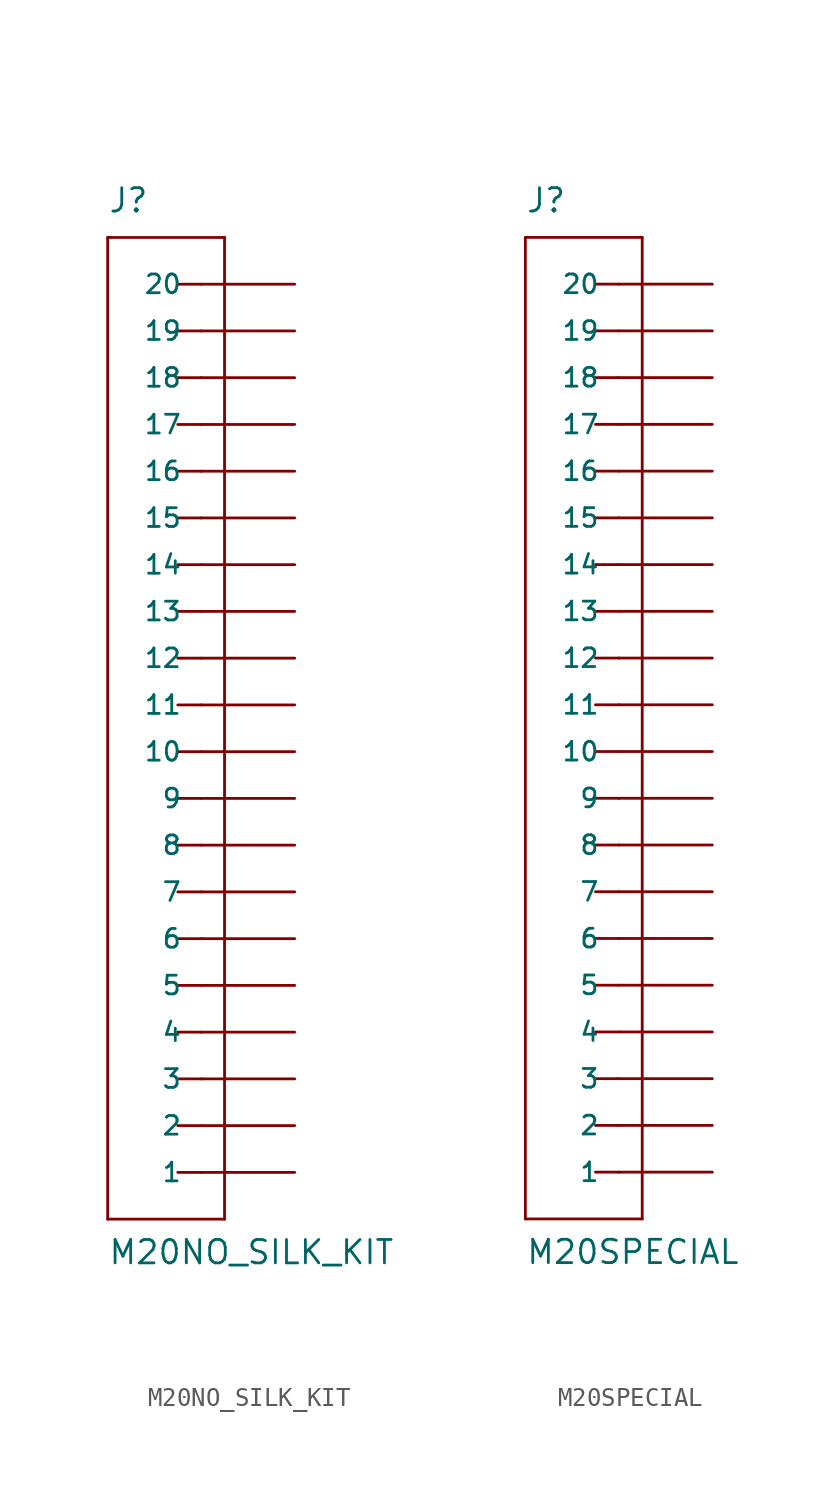
<source format=kicad_sym>
(kicad_symbol_lib
  (version 20211014)
  (generator kicad_symbol_editor)
  (symbol "M20NO_SILK_KIT"
    (pin_numbers hide)
    (pin_names
      (offset 1.016))
    (property "Reference" "J"
      (at 0 57.15 0)
      (effects (font (size 1.27 1.27)) (justify left bottom)))
    (property "Value" "M20NO_SILK_KIT"
      (at 0 0 0)
      (effects (font (size 1.27 1.27)) (justify left bottom)))
    (property "Datasheet" ""
      (at 0 0 0)
      (effects (font (size 1.524 1.524))))
    (property "ki_locked" ""
      (at 0 0 0)
      (effects (font (size 1.27 1.27))))
    (symbol "M20NO_SILK_KIT_1_0"
      (polyline (pts (xy 0 55.88) (xy 0 2.54)) (stroke (width 0) (type default) (color 0 0 0 0)) (fill (type none)))
      (polyline (pts (xy 0 55.88) (xy 6.35 55.88)) (stroke (width 0) (type default) (color 0 0 0 0)) (fill (type none)))
      (polyline (pts (xy 3.81 5.08) (xy 5.08 5.08)) (stroke (width 0) (type default) (color 0 0 0 0)) (fill (type none)))
      (polyline (pts (xy 3.81 7.62) (xy 5.08 7.62)) (stroke (width 0) (type default) (color 0 0 0 0)) (fill (type none)))
      (polyline (pts (xy 3.81 10.16) (xy 5.08 10.16)) (stroke (width 0) (type default) (color 0 0 0 0)) (fill (type none)))
      (polyline (pts (xy 3.81 12.7) (xy 5.08 12.7)) (stroke (width 0) (type default) (color 0 0 0 0)) (fill (type none)))
      (polyline (pts (xy 3.81 15.24) (xy 5.08 15.24)) (stroke (width 0) (type default) (color 0 0 0 0)) (fill (type none)))
      (polyline (pts (xy 3.81 17.78) (xy 5.08 17.78)) (stroke (width 0) (type default) (color 0 0 0 0)) (fill (type none)))
      (polyline (pts (xy 3.81 20.32) (xy 5.08 20.32)) (stroke (width 0) (type default) (color 0 0 0 0)) (fill (type none)))
      (polyline (pts (xy 3.81 22.86) (xy 5.08 22.86)) (stroke (width 0) (type default) (color 0 0 0 0)) (fill (type none)))
      (polyline (pts (xy 3.81 25.4) (xy 5.08 25.4)) (stroke (width 0) (type default) (color 0 0 0 0)) (fill (type none)))
      (polyline (pts (xy 3.81 27.94) (xy 5.08 27.94)) (stroke (width 0) (type default) (color 0 0 0 0)) (fill (type none)))
      (polyline (pts (xy 3.81 30.48) (xy 5.08 30.48)) (stroke (width 0) (type default) (color 0 0 0 0)) (fill (type none)))
      (polyline (pts (xy 3.81 33.02) (xy 5.08 33.02)) (stroke (width 0) (type default) (color 0 0 0 0)) (fill (type none)))
      (polyline (pts (xy 3.81 35.56) (xy 5.08 35.56)) (stroke (width 0) (type default) (color 0 0 0 0)) (fill (type none)))
      (polyline (pts (xy 3.81 38.1) (xy 5.08 38.1)) (stroke (width 0) (type default) (color 0 0 0 0)) (fill (type none)))
      (polyline (pts (xy 3.81 40.64) (xy 5.08 40.64)) (stroke (width 0) (type default) (color 0 0 0 0)) (fill (type none)))
      (polyline (pts (xy 3.81 43.18) (xy 5.08 43.18)) (stroke (width 0) (type default) (color 0 0 0 0)) (fill (type none)))
      (polyline (pts (xy 3.81 45.72) (xy 5.08 45.72)) (stroke (width 0) (type default) (color 0 0 0 0)) (fill (type none)))
      (polyline (pts (xy 3.81 48.26) (xy 5.08 48.26)) (stroke (width 0) (type default) (color 0 0 0 0)) (fill (type none)))
      (polyline (pts (xy 3.81 50.8) (xy 5.08 50.8)) (stroke (width 0) (type default) (color 0 0 0 0)) (fill (type none)))
      (polyline (pts (xy 3.81 53.34) (xy 5.08 53.34)) (stroke (width 0) (type default) (color 0 0 0 0)) (fill (type none)))
      (polyline (pts (xy 6.35 2.54) (xy 0 2.54)) (stroke (width 0) (type default) (color 0 0 0 0)) (fill (type none)))
      (polyline (pts (xy 6.35 2.54) (xy 6.35 55.88)) (stroke (width 0) (type default) (color 0 0 0 0)) (fill (type none))))
    (symbol "M20NO_SILK_KIT_1_1"
      (pin passive line (at 10.16 5.08 180) (length 5.08) (name "1" (effects (font (size 1.016 1.016)))) (number "1" (effects (font (size 1.016 1.016)))))
      (pin passive line (at 10.16 27.94 180) (length 5.08) (name "10" (effects (font (size 1.016 1.016)))) (number "10" (effects (font (size 1.016 1.016)))))
      (pin passive line (at 10.16 30.48 180) (length 5.08) (name "11" (effects (font (size 1.016 1.016)))) (number "11" (effects (font (size 1.016 1.016)))))
      (pin passive line (at 10.16 33.02 180) (length 5.08) (name "12" (effects (font (size 1.016 1.016)))) (number "12" (effects (font (size 1.016 1.016)))))
      (pin passive line (at 10.16 35.56 180) (length 5.08) (name "13" (effects (font (size 1.016 1.016)))) (number "13" (effects (font (size 1.016 1.016)))))
      (pin passive line (at 10.16 38.1 180) (length 5.08) (name "14" (effects (font (size 1.016 1.016)))) (number "14" (effects (font (size 1.016 1.016)))))
      (pin passive line (at 10.16 40.64 180) (length 5.08) (name "15" (effects (font (size 1.016 1.016)))) (number "15" (effects (font (size 1.016 1.016)))))
      (pin passive line (at 10.16 43.18 180) (length 5.08) (name "16" (effects (font (size 1.016 1.016)))) (number "16" (effects (font (size 1.016 1.016)))))
      (pin passive line (at 10.16 45.72 180) (length 5.08) (name "17" (effects (font (size 1.016 1.016)))) (number "17" (effects (font (size 1.016 1.016)))))
      (pin passive line (at 10.16 48.26 180) (length 5.08) (name "18" (effects (font (size 1.016 1.016)))) (number "18" (effects (font (size 1.016 1.016)))))
      (pin passive line (at 10.16 50.8 180) (length 5.08) (name "19" (effects (font (size 1.016 1.016)))) (number "19" (effects (font (size 1.016 1.016)))))
      (pin passive line (at 10.16 7.62 180) (length 5.08) (name "2" (effects (font (size 1.016 1.016)))) (number "2" (effects (font (size 1.016 1.016)))))
      (pin passive line (at 10.16 53.34 180) (length 5.08) (name "20" (effects (font (size 1.016 1.016)))) (number "20" (effects (font (size 1.016 1.016)))))
      (pin passive line (at 10.16 10.16 180) (length 5.08) (name "3" (effects (font (size 1.016 1.016)))) (number "3" (effects (font (size 1.016 1.016)))))
      (pin passive line (at 10.16 12.7 180) (length 5.08) (name "4" (effects (font (size 1.016 1.016)))) (number "4" (effects (font (size 1.016 1.016)))))
      (pin passive line (at 10.16 15.24 180) (length 5.08) (name "5" (effects (font (size 1.016 1.016)))) (number "5" (effects (font (size 1.016 1.016)))))
      (pin passive line (at 10.16 17.78 180) (length 5.08) (name "6" (effects (font (size 1.016 1.016)))) (number "6" (effects (font (size 1.016 1.016)))))
      (pin passive line (at 10.16 20.32 180) (length 5.08) (name "7" (effects (font (size 1.016 1.016)))) (number "7" (effects (font (size 1.016 1.016)))))
      (pin passive line (at 10.16 22.86 180) (length 5.08) (name "8" (effects (font (size 1.016 1.016)))) (number "8" (effects (font (size 1.016 1.016)))))
      (pin passive line (at 10.16 25.4 180) (length 5.08) (name "9" (effects (font (size 1.016 1.016)))) (number "9" (effects (font (size 1.016 1.016)))))))
  (symbol "M20SPECIAL"
    (pin_numbers hide)
    (pin_names
      (offset 1.016))
    (property "Reference" "J"
      (at 0 57.15 0)
      (effects (font (size 1.27 1.27)) (justify left bottom)))
    (property "Value" "M20SPECIAL"
      (at 0 0 0)
      (effects (font (size 1.27 1.27)) (justify left bottom)))
    (property "Datasheet" ""
      (at 0 0 0)
      (effects (font (size 1.524 1.524))))
    (property "ki_locked" ""
      (at 0 0 0)
      (effects (font (size 1.27 1.27))))
    (symbol "M20SPECIAL_1_0"
      (polyline (pts (xy 0 55.88) (xy 0 2.54)) (stroke (width 0) (type default) (color 0 0 0 0)) (fill (type none)))
      (polyline (pts (xy 0 55.88) (xy 6.35 55.88)) (stroke (width 0) (type default) (color 0 0 0 0)) (fill (type none)))
      (polyline (pts (xy 3.81 5.08) (xy 5.08 5.08)) (stroke (width 0) (type default) (color 0 0 0 0)) (fill (type none)))
      (polyline (pts (xy 3.81 7.62) (xy 5.08 7.62)) (stroke (width 0) (type default) (color 0 0 0 0)) (fill (type none)))
      (polyline (pts (xy 3.81 10.16) (xy 5.08 10.16)) (stroke (width 0) (type default) (color 0 0 0 0)) (fill (type none)))
      (polyline (pts (xy 3.81 12.7) (xy 5.08 12.7)) (stroke (width 0) (type default) (color 0 0 0 0)) (fill (type none)))
      (polyline (pts (xy 3.81 15.24) (xy 5.08 15.24)) (stroke (width 0) (type default) (color 0 0 0 0)) (fill (type none)))
      (polyline (pts (xy 3.81 17.78) (xy 5.08 17.78)) (stroke (width 0) (type default) (color 0 0 0 0)) (fill (type none)))
      (polyline (pts (xy 3.81 20.32) (xy 5.08 20.32)) (stroke (width 0) (type default) (color 0 0 0 0)) (fill (type none)))
      (polyline (pts (xy 3.81 22.86) (xy 5.08 22.86)) (stroke (width 0) (type default) (color 0 0 0 0)) (fill (type none)))
      (polyline (pts (xy 3.81 25.4) (xy 5.08 25.4)) (stroke (width 0) (type default) (color 0 0 0 0)) (fill (type none)))
      (polyline (pts (xy 3.81 27.94) (xy 5.08 27.94)) (stroke (width 0) (type default) (color 0 0 0 0)) (fill (type none)))
      (polyline (pts (xy 3.81 30.48) (xy 5.08 30.48)) (stroke (width 0) (type default) (color 0 0 0 0)) (fill (type none)))
      (polyline (pts (xy 3.81 33.02) (xy 5.08 33.02)) (stroke (width 0) (type default) (color 0 0 0 0)) (fill (type none)))
      (polyline (pts (xy 3.81 35.56) (xy 5.08 35.56)) (stroke (width 0) (type default) (color 0 0 0 0)) (fill (type none)))
      (polyline (pts (xy 3.81 38.1) (xy 5.08 38.1)) (stroke (width 0) (type default) (color 0 0 0 0)) (fill (type none)))
      (polyline (pts (xy 3.81 40.64) (xy 5.08 40.64)) (stroke (width 0) (type default) (color 0 0 0 0)) (fill (type none)))
      (polyline (pts (xy 3.81 43.18) (xy 5.08 43.18)) (stroke (width 0) (type default) (color 0 0 0 0)) (fill (type none)))
      (polyline (pts (xy 3.81 45.72) (xy 5.08 45.72)) (stroke (width 0) (type default) (color 0 0 0 0)) (fill (type none)))
      (polyline (pts (xy 3.81 48.26) (xy 5.08 48.26)) (stroke (width 0) (type default) (color 0 0 0 0)) (fill (type none)))
      (polyline (pts (xy 3.81 50.8) (xy 5.08 50.8)) (stroke (width 0) (type default) (color 0 0 0 0)) (fill (type none)))
      (polyline (pts (xy 3.81 53.34) (xy 5.08 53.34)) (stroke (width 0) (type default) (color 0 0 0 0)) (fill (type none)))
      (polyline (pts (xy 6.35 2.54) (xy 0 2.54)) (stroke (width 0) (type default) (color 0 0 0 0)) (fill (type none)))
      (polyline (pts (xy 6.35 2.54) (xy 6.35 55.88)) (stroke (width 0) (type default) (color 0 0 0 0)) (fill (type none))))
    (symbol "M20SPECIAL_1_1"
      (pin passive line (at 10.16 5.08 180) (length 5.08) (name "1" (effects (font (size 1.016 1.016)))) (number "1" (effects (font (size 1.016 1.016)))))
      (pin passive line (at 10.16 27.94 180) (length 5.08) (name "10" (effects (font (size 1.016 1.016)))) (number "10" (effects (font (size 1.016 1.016)))))
      (pin passive line (at 10.16 30.48 180) (length 5.08) (name "11" (effects (font (size 1.016 1.016)))) (number "11" (effects (font (size 1.016 1.016)))))
      (pin passive line (at 10.16 33.02 180) (length 5.08) (name "12" (effects (font (size 1.016 1.016)))) (number "12" (effects (font (size 1.016 1.016)))))
      (pin passive line (at 10.16 35.56 180) (length 5.08) (name "13" (effects (font (size 1.016 1.016)))) (number "13" (effects (font (size 1.016 1.016)))))
      (pin passive line (at 10.16 38.1 180) (length 5.08) (name "14" (effects (font (size 1.016 1.016)))) (number "14" (effects (font (size 1.016 1.016)))))
      (pin passive line (at 10.16 40.64 180) (length 5.08) (name "15" (effects (font (size 1.016 1.016)))) (number "15" (effects (font (size 1.016 1.016)))))
      (pin passive line (at 10.16 43.18 180) (length 5.08) (name "16" (effects (font (size 1.016 1.016)))) (number "16" (effects (font (size 1.016 1.016)))))
      (pin passive line (at 10.16 45.72 180) (length 5.08) (name "17" (effects (font (size 1.016 1.016)))) (number "17" (effects (font (size 1.016 1.016)))))
      (pin passive line (at 10.16 48.26 180) (length 5.08) (name "18" (effects (font (size 1.016 1.016)))) (number "18" (effects (font (size 1.016 1.016)))))
      (pin passive line (at 10.16 50.8 180) (length 5.08) (name "19" (effects (font (size 1.016 1.016)))) (number "19" (effects (font (size 1.016 1.016)))))
      (pin passive line (at 10.16 7.62 180) (length 5.08) (name "2" (effects (font (size 1.016 1.016)))) (number "2" (effects (font (size 1.016 1.016)))))
      (pin passive line (at 10.16 53.34 180) (length 5.08) (name "20" (effects (font (size 1.016 1.016)))) (number "20" (effects (font (size 1.016 1.016)))))
      (pin passive line (at 10.16 10.16 180) (length 5.08) (name "3" (effects (font (size 1.016 1.016)))) (number "3" (effects (font (size 1.016 1.016)))))
      (pin passive line (at 10.16 12.7 180) (length 5.08) (name "4" (effects (font (size 1.016 1.016)))) (number "4" (effects (font (size 1.016 1.016)))))
      (pin passive line (at 10.16 15.24 180) (length 5.08) (name "5" (effects (font (size 1.016 1.016)))) (number "5" (effects (font (size 1.016 1.016)))))
      (pin passive line (at 10.16 17.78 180) (length 5.08) (name "6" (effects (font (size 1.016 1.016)))) (number "6" (effects (font (size 1.016 1.016)))))
      (pin passive line (at 10.16 20.32 180) (length 5.08) (name "7" (effects (font (size 1.016 1.016)))) (number "7" (effects (font (size 1.016 1.016)))))
      (pin passive line (at 10.16 22.86 180) (length 5.08) (name "8" (effects (font (size 1.016 1.016)))) (number "8" (effects (font (size 1.016 1.016)))))
      (pin passive line (at 10.16 25.4 180) (length 5.08) (name "9" (effects (font (size 1.016 1.016)))) (number "9" (effects (font (size 1.016 1.016))))))))
</source>
